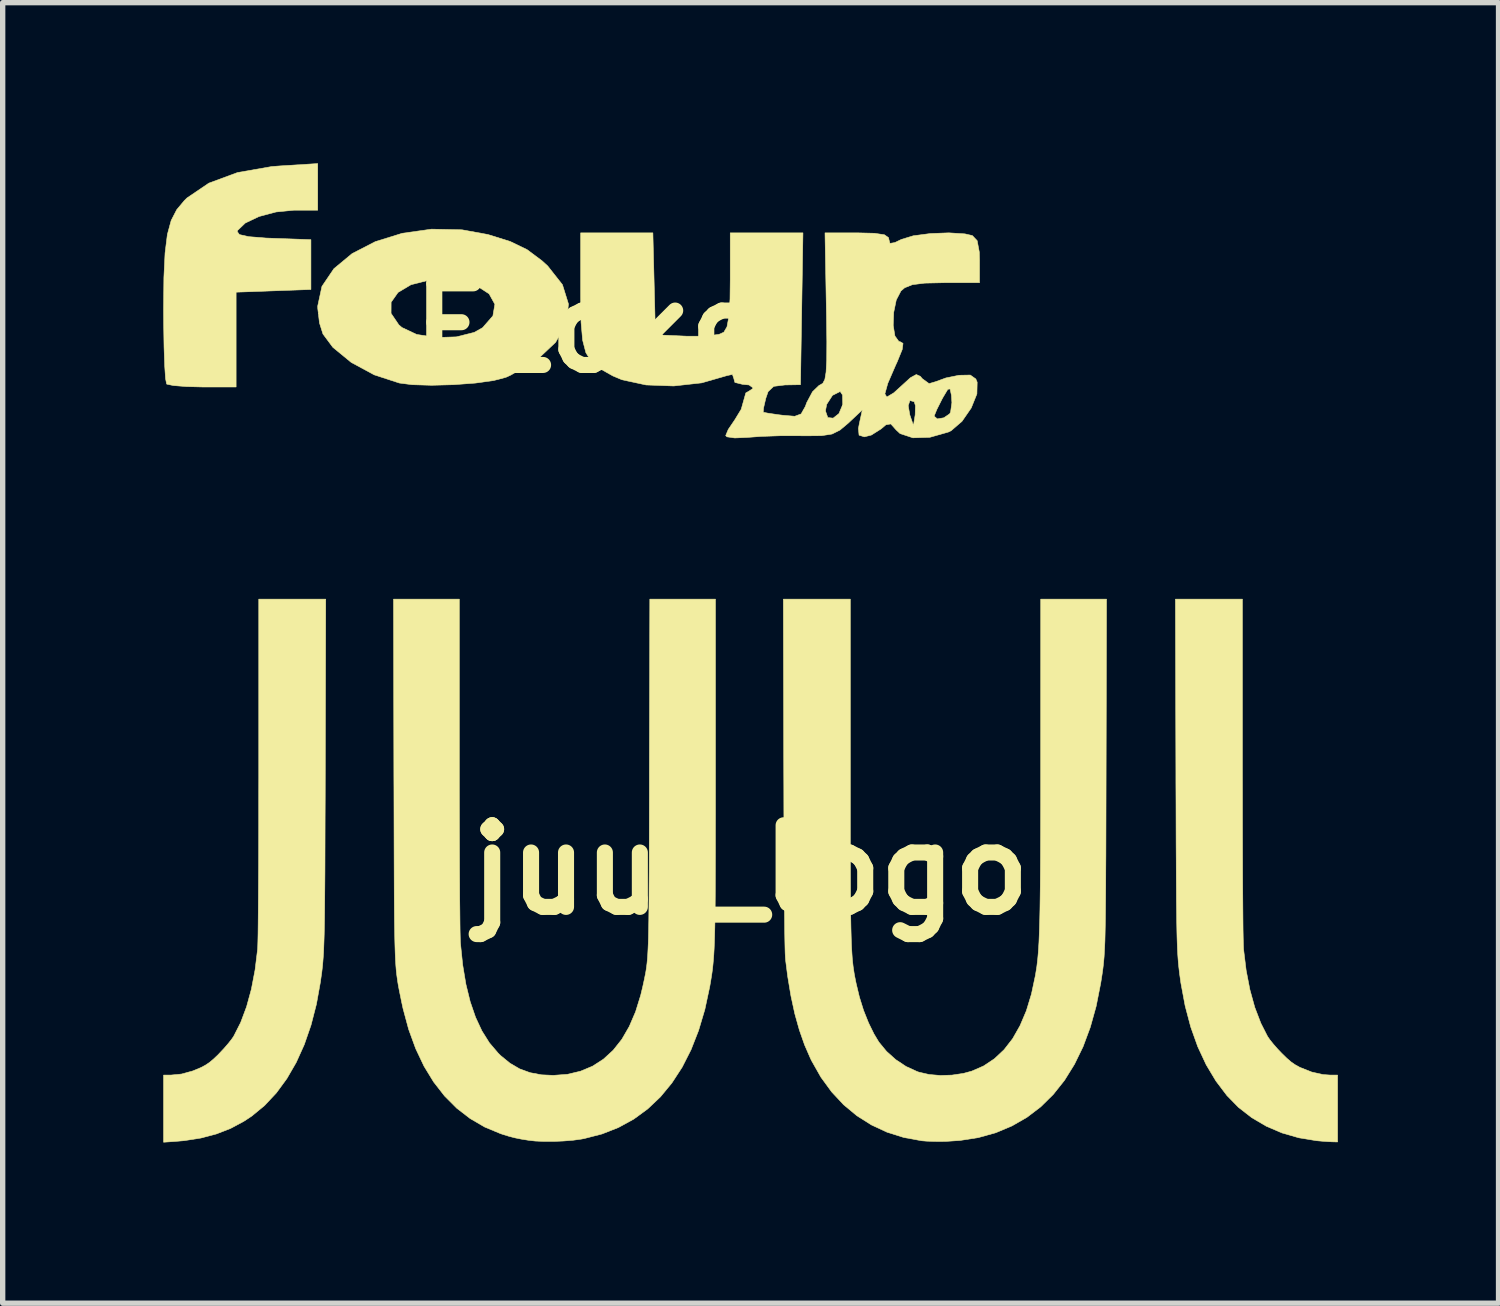
<source format=kicad_pcb>
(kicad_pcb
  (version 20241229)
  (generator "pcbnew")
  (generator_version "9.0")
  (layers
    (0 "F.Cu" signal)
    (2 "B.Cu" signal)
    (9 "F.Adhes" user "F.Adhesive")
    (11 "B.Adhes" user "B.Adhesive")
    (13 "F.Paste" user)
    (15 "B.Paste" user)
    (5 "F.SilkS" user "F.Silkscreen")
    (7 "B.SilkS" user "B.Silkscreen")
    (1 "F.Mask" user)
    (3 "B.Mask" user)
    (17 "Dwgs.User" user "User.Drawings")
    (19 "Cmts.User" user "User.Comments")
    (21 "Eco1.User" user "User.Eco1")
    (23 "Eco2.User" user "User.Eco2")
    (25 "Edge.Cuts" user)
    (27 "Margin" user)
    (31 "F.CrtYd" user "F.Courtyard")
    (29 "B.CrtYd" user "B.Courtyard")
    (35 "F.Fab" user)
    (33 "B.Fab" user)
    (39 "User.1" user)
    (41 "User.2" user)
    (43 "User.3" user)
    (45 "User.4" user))
  (footprint "juul_logo"
    (layer "F.Cu")
    (at 10.969 13.199)
    (property "Reference" "juul_logo" (at 0 0 0) (layer "F.SilkS") (effects (font (size 1.524 1.524) (thickness 0.3))))
    (attr through_hole)
    (fp_poly (pts (xy -7.944 -1.804) (xy -7.945 -1.364) (xy -7.947 -0.964) (xy -7.948 -0.602) (xy -7.949 -0.275) (xy -7.95 0.019) (xy -7.952 0.281) (xy -7.954 0.515) (xy -7.956 0.723) (xy -7.958 0.906) (xy -7.961 1.068) (xy -7.964 1.21) (xy -7.968 1.335) (xy -7.972 1.445) (xy -7.976 1.543) (xy -7.982 1.63) (xy -7.988 1.708) (xy -7.994 1.781) (xy -8.002 1.851) (xy -8.01 1.919) (xy -8.02 1.988) (xy -8.03 2.06) (xy -8.033 2.085) (xy -8.109 2.506) (xy -8.21 2.898) (xy -8.336 3.262) (xy -8.486 3.594) (xy -8.66 3.895) (xy -8.857 4.164) (xy -9.076 4.398) (xy -9.317 4.597) (xy -9.464 4.694) (xy -9.714 4.828) (xy -9.98 4.931) (xy -10.268 5.007) (xy -10.582 5.056) (xy -10.747 5.07) (xy -10.964 5.085) (xy -10.964 3.831) (xy -10.832 3.831) (xy -10.628 3.811) (xy -10.417 3.753) (xy -10.266 3.69) (xy -10.185 3.647) (xy -10.111 3.598) (xy -10.035 3.535) (xy -9.945 3.45) (xy -9.917 3.42) (xy -9.836 3.334) (xy -9.759 3.245) (xy -9.695 3.165) (xy -9.655 3.107) (xy -9.524 2.849) (xy -9.414 2.555) (xy -9.324 2.227) (xy -9.255 1.867) (xy -9.208 1.482) (xy -9.205 1.423) (xy -9.202 1.324) (xy -9.199 1.183) (xy -9.197 1.004) (xy -9.195 0.787) (xy -9.193 0.532) (xy -9.191 0.241) (xy -9.189 -0.086) (xy -9.188 -0.446) (xy -9.187 -0.84) (xy -9.187 -1.266) (xy -9.186 -1.723) (xy -9.186 -1.91) (xy -9.186 -5.059) (xy -7.935 -5.059) (xy -7.944 -1.804)) (stroke (width 0.01) (type solid)) (fill yes) (layer "F.SilkS"))
    (fp_poly (pts (xy 9.186 -1.91) (xy 9.187 -1.441) (xy 9.187 -1.003) (xy 9.188 -0.597) (xy 9.189 -0.223) (xy 9.19 0.117) (xy 9.192 0.422) (xy 9.194 0.691) (xy 9.196 0.923) (xy 9.198 1.118) (xy 9.201 1.273) (xy 9.204 1.389) (xy 9.207 1.464) (xy 9.208 1.482) (xy 9.256 1.875) (xy 9.326 2.237) (xy 9.417 2.566) (xy 9.53 2.861) (xy 9.655 3.107) (xy 9.699 3.171) (xy 9.764 3.252) (xy 9.842 3.341) (xy 9.917 3.42) (xy 10.014 3.515) (xy 10.094 3.584) (xy 10.17 3.637) (xy 10.251 3.682) (xy 10.266 3.689) (xy 10.48 3.774) (xy 10.69 3.821) (xy 10.832 3.831) (xy 10.964 3.831) (xy 10.964 5.08) (xy 10.853 5.077) (xy 10.775 5.073) (xy 10.676 5.066) (xy 10.577 5.057) (xy 10.574 5.057) (xy 10.24 5.002) (xy 9.926 4.912) (xy 9.632 4.786) (xy 9.36 4.626) (xy 9.113 4.434) (xy 8.896 4.212) (xy 8.691 3.941) (xy 8.509 3.637) (xy 8.352 3.3) (xy 8.221 2.933) (xy 8.116 2.536) (xy 8.037 2.112) (xy 8.033 2.085) (xy 8.023 2.011) (xy 8.013 1.941) (xy 8.005 1.873) (xy 7.997 1.804) (xy 7.99 1.733) (xy 7.984 1.656) (xy 7.978 1.572) (xy 7.973 1.479) (xy 7.969 1.373) (xy 7.965 1.253) (xy 7.962 1.117) (xy 7.959 0.962) (xy 7.957 0.786) (xy 7.954 0.586) (xy 7.953 0.361) (xy 7.951 0.108) (xy 7.95 -0.175) (xy 7.948 -0.491) (xy 7.947 -0.841) (xy 7.946 -1.229) (xy 7.944 -1.656) (xy 7.944 -1.804) (xy 7.935 -5.059) (xy 9.186 -5.059) (xy 9.186 -1.91)) (stroke (width 0.01) (type solid)) (fill yes) (layer "F.SilkS"))
    (fp_poly (pts (xy 1.863 -1.879) (xy 1.863 -1.43) (xy 1.863 -1.021) (xy 1.863 -0.65) (xy 1.864 -0.315) (xy 1.865 -0.014) (xy 1.866 0.256) (xy 1.867 0.498) (xy 1.869 0.712) (xy 1.871 0.902) (xy 1.874 1.069) (xy 1.878 1.216) (xy 1.882 1.345) (xy 1.887 1.459) (xy 1.893 1.558) (xy 1.899 1.647) (xy 1.907 1.726) (xy 1.915 1.799) (xy 1.925 1.866) (xy 1.935 1.932) (xy 1.947 1.997) (xy 1.96 2.064) (xy 1.971 2.117) (xy 2.032 2.372) (xy 2.11 2.622) (xy 2.203 2.855) (xy 2.305 3.063) (xy 2.396 3.214) (xy 2.539 3.388) (xy 2.711 3.542) (xy 2.904 3.67) (xy 3.107 3.763) (xy 3.143 3.776) (xy 3.334 3.82) (xy 3.545 3.838) (xy 3.763 3.831) (xy 3.977 3.799) (xy 4.131 3.757) (xy 4.353 3.66) (xy 4.554 3.526) (xy 4.735 3.356) (xy 4.895 3.15) (xy 5.033 2.907) (xy 5.151 2.629) (xy 5.246 2.316) (xy 5.32 1.968) (xy 5.346 1.806) (xy 5.355 1.731) (xy 5.364 1.651) (xy 5.372 1.562) (xy 5.379 1.463) (xy 5.386 1.351) (xy 5.391 1.224) (xy 5.396 1.081) (xy 5.401 0.918) (xy 5.405 0.734) (xy 5.408 0.527) (xy 5.411 0.294) (xy 5.413 0.034) (xy 5.415 -0.256) (xy 5.416 -0.578) (xy 5.417 -0.935) (xy 5.418 -1.327) (xy 5.418 -1.757) (xy 5.418 -2.164) (xy 5.419 -5.059) (xy 6.648 -5.059) (xy 6.64 -1.804) (xy 6.639 -1.365) (xy 6.638 -0.965) (xy 6.637 -0.603) (xy 6.636 -0.277) (xy 6.634 0.016) (xy 6.633 0.278) (xy 6.631 0.512) (xy 6.629 0.719) (xy 6.627 0.902) (xy 6.624 1.063) (xy 6.621 1.204) (xy 6.618 1.328) (xy 6.613 1.438) (xy 6.608 1.534) (xy 6.603 1.62) (xy 6.596 1.697) (xy 6.589 1.769) (xy 6.581 1.837) (xy 6.572 1.903) (xy 6.562 1.971) (xy 6.551 2.042) (xy 6.539 2.117) (xy 6.455 2.543) (xy 6.345 2.937) (xy 6.21 3.3) (xy 6.049 3.63) (xy 5.864 3.928) (xy 5.654 4.192) (xy 5.42 4.423) (xy 5.163 4.619) (xy 4.883 4.78) (xy 4.581 4.907) (xy 4.256 4.998) (xy 3.911 5.052) (xy 3.655 5.069) (xy 3.529 5.071) (xy 3.402 5.069) (xy 3.288 5.065) (xy 3.2 5.058) (xy 3.193 5.057) (xy 2.861 4.996) (xy 2.549 4.898) (xy 2.257 4.762) (xy 1.986 4.591) (xy 1.738 4.385) (xy 1.514 4.145) (xy 1.314 3.871) (xy 1.14 3.564) (xy 1.12 3.523) (xy 1.008 3.266) (xy 0.911 2.989) (xy 0.826 2.686) (xy 0.754 2.354) (xy 0.693 1.988) (xy 0.654 1.683) (xy 0.65 1.635) (xy 0.646 1.557) (xy 0.643 1.448) (xy 0.64 1.306) (xy 0.637 1.132) (xy 0.635 0.924) (xy 0.632 0.681) (xy 0.63 0.401) (xy 0.628 0.085) (xy 0.626 -0.269) (xy 0.624 -0.662) (xy 0.622 -1.095) (xy 0.621 -1.569) (xy 0.62 -1.794) (xy 0.612 -5.059) (xy 1.863 -5.059) (xy 1.863 -1.879)) (stroke (width 0.01) (type solid)) (fill yes) (layer "F.SilkS"))
    (fp_poly (pts (xy -5.44 -1.984) (xy -5.44 -1.543) (xy -5.439 -1.127) (xy -5.438 -0.737) (xy -5.437 -0.374) (xy -5.436 -0.041) (xy -5.434 0.262) (xy -5.433 0.532) (xy -5.43 0.769) (xy -5.428 0.97) (xy -5.426 1.134) (xy -5.423 1.26) (xy -5.42 1.346) (xy -5.418 1.376) (xy -5.377 1.774) (xy -5.317 2.135) (xy -5.237 2.46) (xy -5.137 2.751) (xy -5.018 3.006) (xy -4.878 3.229) (xy -4.716 3.419) (xy -4.668 3.467) (xy -4.494 3.609) (xy -4.313 3.715) (xy -4.118 3.786) (xy -3.904 3.826) (xy -3.683 3.836) (xy -3.419 3.816) (xy -3.175 3.758) (xy -2.951 3.664) (xy -2.748 3.533) (xy -2.566 3.366) (xy -2.405 3.163) (xy -2.266 2.923) (xy -2.148 2.648) (xy -2.052 2.338) (xy -2.014 2.179) (xy -1.999 2.11) (xy -1.985 2.046) (xy -1.973 1.986) (xy -1.961 1.928) (xy -1.951 1.868) (xy -1.942 1.806) (xy -1.934 1.739) (xy -1.927 1.665) (xy -1.921 1.581) (xy -1.916 1.485) (xy -1.911 1.376) (xy -1.907 1.25) (xy -1.904 1.106) (xy -1.901 0.941) (xy -1.899 0.754) (xy -1.897 0.542) (xy -1.896 0.303) (xy -1.894 0.034) (xy -1.893 -0.266) (xy -1.892 -0.6) (xy -1.891 -0.97) (xy -1.89 -1.378) (xy -1.89 -1.783) (xy -1.882 -5.059) (xy -0.656 -5.059) (xy -0.656 -1.898) (xy -0.656 -1.448) (xy -0.656 -1.037) (xy -0.657 -0.665) (xy -0.657 -0.328) (xy -0.658 -0.025) (xy -0.659 0.248) (xy -0.66 0.492) (xy -0.662 0.709) (xy -0.665 0.901) (xy -0.668 1.072) (xy -0.672 1.223) (xy -0.676 1.356) (xy -0.681 1.475) (xy -0.687 1.58) (xy -0.694 1.674) (xy -0.702 1.76) (xy -0.71 1.839) (xy -0.72 1.915) (xy -0.731 1.988) (xy -0.743 2.062) (xy -0.756 2.139) (xy -0.763 2.18) (xy -0.854 2.605) (xy -0.971 2.997) (xy -1.112 3.357) (xy -1.278 3.684) (xy -1.469 3.977) (xy -1.683 4.237) (xy -1.922 4.463) (xy -2.183 4.654) (xy -2.468 4.81) (xy -2.776 4.931) (xy -3.106 5.016) (xy -3.164 5.027) (xy -3.316 5.048) (xy -3.491 5.062) (xy -3.675 5.07) (xy -3.856 5.07) (xy -4.02 5.063) (xy -4.138 5.05) (xy -4.282 5.027) (xy -4.401 5.003) (xy -4.51 4.975) (xy -4.627 4.939) (xy -4.674 4.923) (xy -4.967 4.801) (xy -5.239 4.642) (xy -5.489 4.449) (xy -5.716 4.221) (xy -5.92 3.959) (xy -6.1 3.664) (xy -6.255 3.337) (xy -6.386 2.978) (xy -6.491 2.589) (xy -6.52 2.455) (xy -6.537 2.37) (xy -6.553 2.293) (xy -6.567 2.222) (xy -6.58 2.153) (xy -6.591 2.086) (xy -6.601 2.016) (xy -6.611 1.943) (xy -6.619 1.865) (xy -6.626 1.778) (xy -6.632 1.681) (xy -6.637 1.571) (xy -6.641 1.446) (xy -6.645 1.305) (xy -6.648 1.144) (xy -6.651 0.962) (xy -6.653 0.756) (xy -6.655 0.524) (xy -6.656 0.264) (xy -6.657 -0.026) (xy -6.658 -0.349) (xy -6.659 -0.707) (xy -6.66 -1.101) (xy -6.661 -1.535) (xy -6.662 -1.72) (xy -6.669 -5.059) (xy -5.44 -5.059) (xy -5.44 -1.984)) (stroke (width 0.01) (type solid)) (fill yes) (layer "F.SilkS")))
  (footprint "FLoko"
    (layer "F.Cu")
    (at 7.964 3.077)
    (property "Reference" "FLoko" (at 0 0 0) (layer "F.SilkS") (effects (font (size 1.524 1.524) (thickness 0.3))))
    (attr through_hole)
    (fp_poly (pts (xy -5.08 -2.201) (xy -5.524 -2.201) (xy -5.858 -2.168) (xy -6.177 -2.083) (xy -6.432 -1.962) (xy -6.575 -1.825) (xy -6.584 -1.803) (xy -6.543 -1.746) (xy -6.37 -1.707) (xy -6.049 -1.681) (xy -5.911 -1.676) (xy -5.207 -1.651) (xy -5.207 -0.72) (xy -5.905 -0.695) (xy -6.604 -0.67) (xy -6.604 1.101) (xy -7.225 1.101) (xy -7.535 1.093) (xy -7.775 1.074) (xy -7.898 1.048) (xy -7.902 1.044) (xy -7.922 0.944) (xy -7.938 0.705) (xy -7.95 0.357) (xy -7.957 -0.069) (xy -7.959 -0.342) (xy -7.953 -0.943) (xy -7.931 -1.402) (xy -7.888 -1.748) (xy -7.817 -2.009) (xy -7.713 -2.211) (xy -7.569 -2.383) (xy -7.521 -2.43) (xy -7.114 -2.706) (xy -6.579 -2.904) (xy -5.94 -3.016) (xy -5.785 -3.028) (xy -5.08 -3.072) (xy -5.08 -2.201)) (stroke (width 0.01) (type solid)) (fill yes) (layer "F.SilkS"))
    (fp_poly (pts (xy -2.385 -1.835) (xy -1.901 -1.747) (xy -1.485 -1.617) (xy -1.17 -1.465) (xy -0.89 -1.256) (xy -0.785 -1.16) (xy -0.509 -0.81) (xy -0.396 -0.447) (xy -0.44 -0.083) (xy -0.637 0.267) (xy -0.982 0.592) (xy -1.471 0.877) (xy -1.564 0.92) (xy -1.792 0.98) (xy -2.136 1.028) (xy -2.54 1.058) (xy -2.952 1.069) (xy -3.316 1.058) (xy -3.556 1.027) (xy -4.025 0.874) (xy -4.454 0.642) (xy -4.797 0.36) (xy -4.982 0.111) (xy -5.047 -0.095) (xy -5.068 -0.274) (xy -3.71 -0.274) (xy -3.565 -0.06) (xy -3.507 -0.01) (xy -3.233 0.119) (xy -2.872 0.177) (xy -2.491 0.165) (xy -2.156 0.081) (xy -2.001 -0.006) (xy -1.808 -0.227) (xy -1.771 -0.444) (xy -1.879 -0.639) (xy -2.117 -0.793) (xy -2.476 -0.888) (xy -2.597 -0.902) (xy -3.005 -0.894) (xy -3.338 -0.809) (xy -3.579 -0.666) (xy -3.709 -0.482) (xy -3.71 -0.274) (xy -5.068 -0.274) (xy -5.079 -0.365) (xy -5.08 -0.411) (xy -5.001 -0.778) (xy -4.778 -1.108) (xy -4.438 -1.39) (xy -4.004 -1.614) (xy -3.501 -1.77) (xy -2.953 -1.847) (xy -2.385 -1.835)) (stroke (width 0.01) (type solid)) (fill yes) (layer "F.SilkS"))
    (fp_poly (pts (xy 7.008 -1.759) (xy 7.147 -1.727) (xy 7.237 -1.632) (xy 7.277 -1.418) (xy 7.281 -1.261) (xy 7.281 -0.847) (xy 6.617 -0.847) (xy 6.258 -0.839) (xy 6.026 -0.81) (xy 5.882 -0.752) (xy 5.813 -0.692) (xy 5.726 -0.525) (xy 5.678 -0.292) (xy 5.669 -0.05) (xy 5.701 0.149) (xy 5.774 0.25) (xy 5.796 0.254) (xy 5.852 0.286) (xy 5.837 0.401) (xy 5.745 0.627) (xy 5.712 0.699) (xy 5.567 1.034) (xy 5.513 1.23) (xy 5.55 1.288) (xy 5.679 1.211) (xy 5.806 1.096) (xy 5.99 0.928) (xy 6.1 0.868) (xy 6.176 0.902) (xy 6.211 0.945) (xy 6.339 1.038) (xy 6.464 1.001) (xy 6.653 0.932) (xy 6.898 0.882) (xy 6.9 0.882) (xy 7.109 0.878) (xy 7.212 0.951) (xy 7.237 1.011) (xy 7.232 1.23) (xy 7.126 1.493) (xy 6.954 1.742) (xy 6.75 1.918) (xy 6.698 1.943) (xy 6.352 2.041) (xy 6.036 2.05) (xy 5.797 1.971) (xy 5.723 1.902) (xy 5.624 1.791) (xy 5.533 1.807) (xy 5.441 1.885) (xy 5.26 1.999) (xy 5.13 2.032) (xy 5.031 2.001) (xy 5.019 1.877) (xy 5.037 1.781) (xy 5.092 1.529) (xy 4.828 1.777) (xy 4.674 1.906) (xy 4.528 1.979) (xy 4.333 2.01) (xy 4.036 2.013) (xy 3.954 2.012) (xy 3.576 2.011) (xy 3.2 2.024) (xy 2.942 2.043) (xy 2.709 2.053) (xy 2.564 2.032) (xy 2.54 2.009) (xy 2.588 1.894) (xy 2.704 1.723) (xy 2.709 1.716) (xy 2.83 1.517) (xy 2.879 1.343) (xy 2.916 1.212) (xy 2.963 1.185) (xy 3.046 1.132) (xy 3.048 1.115) (xy 2.976 1.063) (xy 2.857 1.052) (xy 2.712 1.016) (xy 2.692 0.942) (xy 2.666 0.866) (xy 2.565 0.888) (xy 2.092 1.024) (xy 1.569 1.082) (xy 1.053 1.063) (xy 0.603 0.966) (xy 0.432 0.894) (xy 0.199 0.763) (xy 0.036 0.629) (xy -0.071 0.461) (xy -0.132 0.227) (xy -0.161 -0.105) (xy -0.169 -0.568) (xy -0.169 -0.693) (xy -0.169 -1.778) (xy 1.18 -1.778) (xy 1.204 -0.826) (xy 1.228 0.127) (xy 1.807 0.152) (xy 2.164 0.152) (xy 2.415 0.118) (xy 2.505 0.078) (xy 2.564 -0.022) (xy 2.601 -0.221) (xy 2.621 -0.545) (xy 2.625 -0.899) (xy 2.625 -1.778) (xy 3.983 -1.778) (xy 3.937 1.058) (xy 3.646 1.063) (xy 3.437 1.089) (xy 3.332 1.188) (xy 3.289 1.313) (xy 3.248 1.49) (xy 3.241 1.572) (xy 3.241 1.572) (xy 3.328 1.59) (xy 3.524 1.619) (xy 3.606 1.629) (xy 3.83 1.648) (xy 3.949 1.604) (xy 3.981 1.547) (xy 4.403 1.547) (xy 4.447 1.672) (xy 4.547 1.683) (xy 4.655 1.598) (xy 4.717 1.451) (xy 5.949 1.451) (xy 5.979 1.622) (xy 5.979 1.623) (xy 6.047 1.82) (xy 6.075 1.647) (xy 6.435 1.647) (xy 6.493 1.697) (xy 6.615 1.676) (xy 6.722 1.603) (xy 6.74 1.572) (xy 6.765 1.395) (xy 6.756 1.255) (xy 6.731 1.137) (xy 6.689 1.144) (xy 6.602 1.289) (xy 6.58 1.329) (xy 6.484 1.52) (xy 6.436 1.638) (xy 6.435 1.647) (xy 6.075 1.647) (xy 6.079 1.623) (xy 6.084 1.45) (xy 6.061 1.376) (xy 5.981 1.354) (xy 5.949 1.451) (xy 4.717 1.451) (xy 4.723 1.438) (xy 4.726 1.417) (xy 4.722 1.25) (xy 4.679 1.185) (xy 4.535 1.257) (xy 4.427 1.424) (xy 4.403 1.547) (xy 3.981 1.547) (xy 4.027 1.466) (xy 4.054 1.392) (xy 4.162 1.189) (xy 4.287 1.069) (xy 4.301 1.064) (xy 4.354 1.032) (xy 4.392 0.96) (xy 4.415 0.823) (xy 4.427 0.596) (xy 4.429 0.256) (xy 4.423 -0.222) (xy 4.42 -0.38) (xy 4.395 -1.778) (xy 4.991 -1.778) (xy 5.318 -1.77) (xy 5.505 -1.742) (xy 5.582 -1.688) (xy 5.588 -1.656) (xy 5.608 -1.581) (xy 5.698 -1.596) (xy 5.821 -1.655) (xy 6.043 -1.723) (xy 6.363 -1.765) (xy 6.708 -1.778) (xy 7.008 -1.759)) (stroke (width 0.01) (type solid)) (fill yes) (layer "F.SilkS")))
  (gr_rect
    (start -3 -3)
    (end 24.939 21.29)
    (stroke (width 0.1) (type default))
    (fill no)
    (layer "Edge.Cuts")))
</source>
